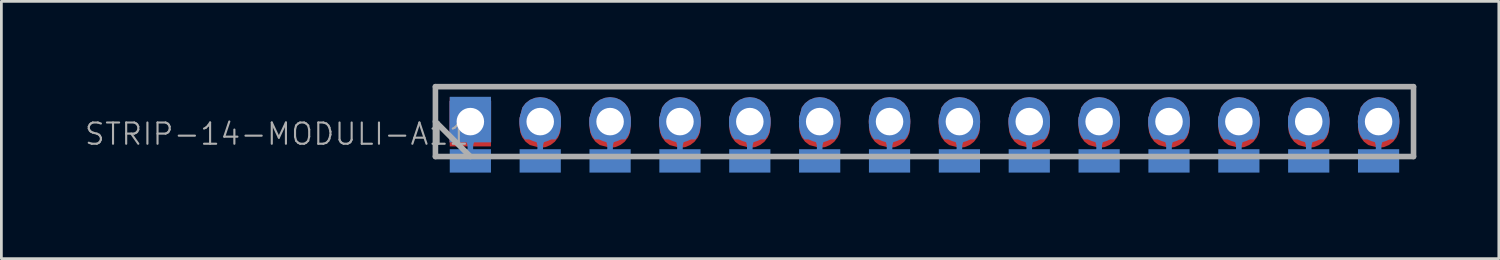
<source format=kicad_pcb>
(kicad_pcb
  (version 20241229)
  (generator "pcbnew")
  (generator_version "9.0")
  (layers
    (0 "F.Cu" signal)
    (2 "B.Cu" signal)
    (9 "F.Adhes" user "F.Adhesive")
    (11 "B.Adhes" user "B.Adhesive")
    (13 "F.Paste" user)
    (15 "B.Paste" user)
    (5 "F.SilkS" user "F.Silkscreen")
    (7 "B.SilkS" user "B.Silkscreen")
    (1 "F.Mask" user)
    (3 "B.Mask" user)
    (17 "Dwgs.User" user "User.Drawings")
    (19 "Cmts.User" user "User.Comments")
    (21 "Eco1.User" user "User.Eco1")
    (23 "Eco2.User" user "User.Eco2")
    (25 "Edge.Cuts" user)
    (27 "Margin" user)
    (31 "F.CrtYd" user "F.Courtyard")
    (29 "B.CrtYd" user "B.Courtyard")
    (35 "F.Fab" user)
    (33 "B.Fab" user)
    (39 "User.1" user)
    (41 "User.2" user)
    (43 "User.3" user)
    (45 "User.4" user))
  (footprint "STRIP-14-MODULI-A11"
    (layer "F.Cu")
    (at 14.05 1.371)
    (property "Reference" "STRIP-14-MODULI-A11" (at 0 0 0) (layer "F.Fab") (effects (font (size 0.772 0.772) (thickness 0.077)) (justify right top)))
    (attr through_hole)
    (fp_poly (pts (xy 0 -0.889) (xy -0.749 -0.889) (xy -0.749 0.902) (xy 0.749 0.902) (xy 0.749 -0.889)) (stroke (width 0) (type solid)) (fill yes) (layer "F.Cu"))
    (fp_poly (pts (xy 2.54 -0.889) (xy 2.54 -0.889) (xy 2.346 -0.863) (xy 2.165 -0.789) (xy 2.01 -0.67) (xy 1.891 -0.514) (xy 1.791 -0.14) (xy 1.791 0) (xy 1.791 0.203) (xy 1.791 0.203) (xy 1.816 0.397) (xy 1.891 0.578) (xy 2.01 0.733) (xy 2.165 0.852) (xy 2.54 0.953) (xy 2.54 0.953) (xy 2.734 0.927) (xy 2.915 0.852) (xy 3.07 0.733) (xy 3.189 0.578) (xy 3.264 0.397) (xy 3.289 0.203) (xy 3.289 0) (xy 3.289 -0.14) (xy 3.289 -0.14) (xy 3.264 -0.334) (xy 3.189 -0.514) (xy 3.07 -0.67) (xy 2.915 -0.789) (xy 2.734 -0.863)) (stroke (width 0) (type solid)) (fill yes) (layer "F.Cu"))
    (fp_poly (pts (xy 5.08 -0.889) (xy 5.08 -0.889) (xy 4.886 -0.863) (xy 4.705 -0.789) (xy 4.55 -0.67) (xy 4.431 -0.514) (xy 4.331 -0.14) (xy 4.331 0) (xy 4.331 0.203) (xy 4.331 0.203) (xy 4.356 0.397) (xy 4.431 0.578) (xy 4.55 0.733) (xy 4.705 0.852) (xy 5.08 0.953) (xy 5.08 0.953) (xy 5.274 0.927) (xy 5.455 0.852) (xy 5.61 0.733) (xy 5.729 0.578) (xy 5.804 0.397) (xy 5.829 0.203) (xy 5.829 0) (xy 5.829 -0.14) (xy 5.829 -0.14) (xy 5.804 -0.334) (xy 5.729 -0.514) (xy 5.61 -0.67) (xy 5.455 -0.789) (xy 5.274 -0.863)) (stroke (width 0) (type solid)) (fill yes) (layer "F.Cu"))
    (fp_poly (pts (xy 7.62 -0.889) (xy 7.62 -0.889) (xy 7.426 -0.863) (xy 7.245 -0.789) (xy 7.09 -0.67) (xy 6.971 -0.514) (xy 6.871 -0.14) (xy 6.871 0) (xy 6.871 0.203) (xy 6.871 0.203) (xy 6.896 0.397) (xy 6.971 0.578) (xy 7.09 0.733) (xy 7.245 0.852) (xy 7.62 0.953) (xy 7.62 0.953) (xy 7.814 0.927) (xy 7.995 0.852) (xy 8.15 0.733) (xy 8.269 0.578) (xy 8.344 0.397) (xy 8.369 0.203) (xy 8.369 0) (xy 8.369 -0.14) (xy 8.369 -0.14) (xy 8.344 -0.334) (xy 8.269 -0.514) (xy 8.15 -0.67) (xy 7.995 -0.789) (xy 7.814 -0.863)) (stroke (width 0) (type solid)) (fill yes) (layer "F.Cu"))
    (fp_poly (pts (xy 10.16 -0.889) (xy 10.16 -0.889) (xy 9.966 -0.863) (xy 9.785 -0.789) (xy 9.63 -0.67) (xy 9.511 -0.514) (xy 9.411 -0.14) (xy 9.411 0) (xy 9.411 0.203) (xy 9.411 0.203) (xy 9.436 0.397) (xy 9.511 0.578) (xy 9.63 0.733) (xy 9.785 0.852) (xy 10.16 0.953) (xy 10.16 0.953) (xy 10.354 0.927) (xy 10.535 0.852) (xy 10.69 0.733) (xy 10.809 0.578) (xy 10.884 0.397) (xy 10.909 0.203) (xy 10.909 0) (xy 10.909 -0.14) (xy 10.909 -0.14) (xy 10.884 -0.334) (xy 10.809 -0.514) (xy 10.69 -0.67) (xy 10.535 -0.789) (xy 10.354 -0.863)) (stroke (width 0) (type solid)) (fill yes) (layer "F.Cu"))
    (fp_poly (pts (xy 12.7 -0.889) (xy 12.7 -0.889) (xy 12.506 -0.863) (xy 12.325 -0.789) (xy 12.17 -0.67) (xy 12.051 -0.514) (xy 11.951 -0.14) (xy 11.951 0) (xy 11.951 0.203) (xy 11.951 0.203) (xy 11.976 0.397) (xy 12.051 0.578) (xy 12.17 0.733) (xy 12.325 0.852) (xy 12.7 0.953) (xy 12.7 0.953) (xy 12.894 0.927) (xy 13.075 0.852) (xy 13.23 0.733) (xy 13.349 0.578) (xy 13.424 0.397) (xy 13.449 0.203) (xy 13.449 0) (xy 13.449 -0.14) (xy 13.449 -0.14) (xy 13.424 -0.334) (xy 13.349 -0.514) (xy 13.23 -0.67) (xy 13.075 -0.789) (xy 12.894 -0.863)) (stroke (width 0) (type solid)) (fill yes) (layer "F.Cu"))
    (fp_poly (pts (xy 15.24 -0.889) (xy 15.24 -0.889) (xy 15.046 -0.863) (xy 14.865 -0.789) (xy 14.71 -0.67) (xy 14.591 -0.514) (xy 14.491 -0.14) (xy 14.491 0) (xy 14.491 0.203) (xy 14.491 0.203) (xy 14.516 0.397) (xy 14.591 0.578) (xy 14.71 0.733) (xy 14.865 0.852) (xy 15.24 0.953) (xy 15.24 0.953) (xy 15.434 0.927) (xy 15.615 0.852) (xy 15.77 0.733) (xy 15.889 0.578) (xy 15.964 0.397) (xy 15.989 0.203) (xy 15.989 0) (xy 15.989 -0.14) (xy 15.989 -0.14) (xy 15.964 -0.334) (xy 15.889 -0.514) (xy 15.77 -0.67) (xy 15.615 -0.789) (xy 15.434 -0.863)) (stroke (width 0) (type solid)) (fill yes) (layer "F.Cu"))
    (fp_poly (pts (xy 17.78 -0.889) (xy 17.78 -0.889) (xy 17.586 -0.863) (xy 17.405 -0.789) (xy 17.25 -0.67) (xy 17.131 -0.514) (xy 17.031 -0.14) (xy 17.031 0) (xy 17.031 0.203) (xy 17.031 0.203) (xy 17.056 0.397) (xy 17.131 0.578) (xy 17.25 0.733) (xy 17.405 0.852) (xy 17.78 0.953) (xy 17.78 0.953) (xy 17.974 0.927) (xy 18.155 0.852) (xy 18.31 0.733) (xy 18.429 0.578) (xy 18.504 0.397) (xy 18.529 0.203) (xy 18.529 0) (xy 18.529 -0.14) (xy 18.529 -0.14) (xy 18.504 -0.334) (xy 18.429 -0.514) (xy 18.31 -0.67) (xy 18.155 -0.789) (xy 17.974 -0.863)) (stroke (width 0) (type solid)) (fill yes) (layer "F.Cu"))
    (fp_poly (pts (xy 20.32 -0.889) (xy 20.32 -0.889) (xy 20.126 -0.863) (xy 19.945 -0.789) (xy 19.79 -0.67) (xy 19.671 -0.514) (xy 19.571 -0.14) (xy 19.571 0) (xy 19.571 0.203) (xy 19.571 0.203) (xy 19.596 0.397) (xy 19.671 0.578) (xy 19.79 0.733) (xy 19.945 0.852) (xy 20.32 0.953) (xy 20.32 0.953) (xy 20.514 0.927) (xy 20.695 0.852) (xy 20.85 0.733) (xy 20.969 0.578) (xy 21.044 0.397) (xy 21.069 0.203) (xy 21.069 0) (xy 21.069 -0.14) (xy 21.069 -0.14) (xy 21.044 -0.334) (xy 20.969 -0.514) (xy 20.85 -0.67) (xy 20.695 -0.789) (xy 20.514 -0.863)) (stroke (width 0) (type solid)) (fill yes) (layer "F.Cu"))
    (fp_poly (pts (xy 22.86 -0.889) (xy 22.86 -0.889) (xy 22.666 -0.863) (xy 22.485 -0.789) (xy 22.33 -0.67) (xy 22.211 -0.514) (xy 22.111 -0.14) (xy 22.111 0) (xy 22.111 0.203) (xy 22.111 0.203) (xy 22.136 0.397) (xy 22.211 0.578) (xy 22.33 0.733) (xy 22.485 0.852) (xy 22.86 0.953) (xy 22.86 0.953) (xy 23.054 0.927) (xy 23.235 0.852) (xy 23.39 0.733) (xy 23.509 0.578) (xy 23.584 0.397) (xy 23.609 0.203) (xy 23.609 0) (xy 23.609 -0.14) (xy 23.609 -0.14) (xy 23.584 -0.334) (xy 23.509 -0.514) (xy 23.39 -0.67) (xy 23.235 -0.789) (xy 23.054 -0.863)) (stroke (width 0) (type solid)) (fill yes) (layer "F.Cu"))
    (fp_poly (pts (xy 25.4 -0.889) (xy 25.4 -0.889) (xy 25.206 -0.863) (xy 25.025 -0.789) (xy 24.87 -0.67) (xy 24.751 -0.514) (xy 24.651 -0.14) (xy 24.651 0) (xy 24.651 0.203) (xy 24.651 0.203) (xy 24.676 0.397) (xy 24.751 0.578) (xy 24.87 0.733) (xy 25.025 0.852) (xy 25.4 0.953) (xy 25.4 0.953) (xy 25.594 0.927) (xy 25.775 0.852) (xy 25.93 0.733) (xy 26.049 0.578) (xy 26.124 0.397) (xy 26.149 0.203) (xy 26.149 0) (xy 26.149 -0.14) (xy 26.149 -0.14) (xy 26.124 -0.334) (xy 26.049 -0.514) (xy 25.93 -0.67) (xy 25.775 -0.789) (xy 25.594 -0.863)) (stroke (width 0) (type solid)) (fill yes) (layer "F.Cu"))
    (fp_poly (pts (xy 27.94 -0.889) (xy 27.94 -0.889) (xy 27.746 -0.863) (xy 27.565 -0.789) (xy 27.41 -0.67) (xy 27.291 -0.514) (xy 27.191 -0.14) (xy 27.191 0) (xy 27.191 0.203) (xy 27.191 0.203) (xy 27.216 0.397) (xy 27.291 0.578) (xy 27.41 0.733) (xy 27.565 0.852) (xy 27.94 0.953) (xy 27.94 0.953) (xy 28.134 0.927) (xy 28.315 0.852) (xy 28.47 0.733) (xy 28.589 0.578) (xy 28.664 0.397) (xy 28.689 0.203) (xy 28.689 0) (xy 28.689 -0.14) (xy 28.689 -0.14) (xy 28.664 -0.334) (xy 28.589 -0.514) (xy 28.47 -0.67) (xy 28.315 -0.789) (xy 28.134 -0.863)) (stroke (width 0) (type solid)) (fill yes) (layer "F.Cu"))
    (fp_poly (pts (xy 30.48 -0.889) (xy 30.48 -0.889) (xy 30.286 -0.863) (xy 30.105 -0.789) (xy 29.95 -0.67) (xy 29.831 -0.514) (xy 29.731 -0.14) (xy 29.731 0) (xy 29.731 0.203) (xy 29.731 0.203) (xy 29.756 0.397) (xy 29.831 0.578) (xy 29.95 0.733) (xy 30.105 0.852) (xy 30.48 0.953) (xy 30.48 0.953) (xy 30.674 0.927) (xy 30.855 0.852) (xy 31.01 0.733) (xy 31.129 0.578) (xy 31.204 0.397) (xy 31.229 0.203) (xy 31.229 0) (xy 31.229 -0.14) (xy 31.229 -0.14) (xy 31.204 -0.334) (xy 31.129 -0.514) (xy 31.01 -0.67) (xy 30.855 -0.789) (xy 30.674 -0.863)) (stroke (width 0) (type solid)) (fill yes) (layer "F.Cu"))
    (fp_poly (pts (xy 33.02 -0.889) (xy 33.02 -0.889) (xy 32.826 -0.863) (xy 32.645 -0.789) (xy 32.49 -0.67) (xy 32.371 -0.514) (xy 32.271 -0.14) (xy 32.271 0) (xy 32.271 0.203) (xy 32.271 0.203) (xy 32.296 0.397) (xy 32.371 0.578) (xy 32.49 0.733) (xy 32.645 0.852) (xy 33.02 0.953) (xy 33.02 0.953) (xy 33.214 0.927) (xy 33.395 0.852) (xy 33.55 0.733) (xy 33.669 0.578) (xy 33.744 0.397) (xy 33.769 0.203) (xy 33.769 0) (xy 33.769 -0.14) (xy 33.769 -0.14) (xy 33.744 -0.334) (xy 33.669 -0.514) (xy 33.55 -0.67) (xy 33.395 -0.789) (xy 33.214 -0.863)) (stroke (width 0) (type solid)) (fill yes) (layer "F.Cu"))
    (fp_poly (pts (xy -0.876 -1.029) (xy 0.876 -1.029) (xy 0.876 1.029) (xy -0.876 1.029)) (stroke (width 0) (type solid)) (fill yes) (layer "F.Mask"))
    (fp_poly (pts (xy 1.664 0.14) (xy 1.664 -0.127) (xy 1.664 -0.127) (xy 1.692 -0.356) (xy 1.779 -0.569) (xy 1.918 -0.753) (xy 2.1 -0.895) (xy 2.54 -1.016) (xy 2.54 -1.016) (xy 2.768 -0.984) (xy 2.98 -0.895) (xy 3.162 -0.753) (xy 3.301 -0.569) (xy 3.388 -0.356) (xy 3.416 -0.127) (xy 3.416 0.14) (xy 3.416 0.14) (xy 3.386 0.367) (xy 3.299 0.578) (xy 3.16 0.759) (xy 2.978 0.899) (xy 2.767 0.986) (xy 2.54 1.016) (xy 2.54 1.016) (xy 2.313 0.986) (xy 2.102 0.899) (xy 1.92 0.759) (xy 1.781 0.578)) (stroke (width 0) (type solid)) (fill yes) (layer "F.Mask"))
    (fp_poly (pts (xy 4.204 0.14) (xy 4.204 -0.127) (xy 4.204 -0.127) (xy 4.232 -0.356) (xy 4.319 -0.569) (xy 4.458 -0.753) (xy 4.64 -0.895) (xy 5.08 -1.016) (xy 5.08 -1.016) (xy 5.308 -0.984) (xy 5.52 -0.895) (xy 5.702 -0.753) (xy 5.841 -0.569) (xy 5.928 -0.356) (xy 5.956 -0.127) (xy 5.956 0.14) (xy 5.956 0.14) (xy 5.926 0.367) (xy 5.839 0.578) (xy 5.7 0.759) (xy 5.518 0.899) (xy 5.307 0.986) (xy 5.08 1.016) (xy 5.08 1.016) (xy 4.853 0.986) (xy 4.642 0.899) (xy 4.46 0.759) (xy 4.321 0.578)) (stroke (width 0) (type solid)) (fill yes) (layer "F.Mask"))
    (fp_poly (pts (xy 6.744 0.14) (xy 6.744 -0.127) (xy 6.744 -0.127) (xy 6.772 -0.356) (xy 6.859 -0.569) (xy 6.998 -0.753) (xy 7.18 -0.895) (xy 7.62 -1.016) (xy 7.62 -1.016) (xy 7.848 -0.984) (xy 8.06 -0.895) (xy 8.242 -0.753) (xy 8.381 -0.569) (xy 8.468 -0.356) (xy 8.496 -0.127) (xy 8.496 0.14) (xy 8.496 0.14) (xy 8.466 0.367) (xy 8.379 0.578) (xy 8.24 0.759) (xy 8.058 0.899) (xy 7.847 0.986) (xy 7.62 1.016) (xy 7.62 1.016) (xy 7.393 0.986) (xy 7.182 0.899) (xy 7 0.759) (xy 6.861 0.578)) (stroke (width 0) (type solid)) (fill yes) (layer "F.Mask"))
    (fp_poly (pts (xy 9.284 0.14) (xy 9.284 -0.127) (xy 9.284 -0.127) (xy 9.312 -0.356) (xy 9.399 -0.569) (xy 9.538 -0.753) (xy 9.72 -0.895) (xy 10.16 -1.016) (xy 10.16 -1.016) (xy 10.388 -0.984) (xy 10.6 -0.895) (xy 10.782 -0.753) (xy 10.921 -0.569) (xy 11.008 -0.356) (xy 11.036 -0.127) (xy 11.036 0.14) (xy 11.036 0.14) (xy 11.006 0.367) (xy 10.919 0.578) (xy 10.78 0.759) (xy 10.598 0.899) (xy 10.387 0.986) (xy 10.16 1.016) (xy 10.16 1.016) (xy 9.933 0.986) (xy 9.722 0.899) (xy 9.54 0.759) (xy 9.401 0.578)) (stroke (width 0) (type solid)) (fill yes) (layer "F.Mask"))
    (fp_poly (pts (xy 11.824 0.14) (xy 11.824 -0.127) (xy 11.824 -0.127) (xy 11.852 -0.356) (xy 11.939 -0.569) (xy 12.078 -0.753) (xy 12.26 -0.895) (xy 12.7 -1.016) (xy 12.7 -1.016) (xy 12.928 -0.984) (xy 13.14 -0.895) (xy 13.322 -0.753) (xy 13.461 -0.569) (xy 13.548 -0.356) (xy 13.576 -0.127) (xy 13.576 0.14) (xy 13.576 0.14) (xy 13.546 0.367) (xy 13.459 0.578) (xy 13.32 0.759) (xy 13.138 0.899) (xy 12.927 0.986) (xy 12.7 1.016) (xy 12.7 1.016) (xy 12.473 0.986) (xy 12.262 0.899) (xy 12.08 0.759) (xy 11.941 0.578)) (stroke (width 0) (type solid)) (fill yes) (layer "F.Mask"))
    (fp_poly (pts (xy 14.364 0.14) (xy 14.364 -0.127) (xy 14.364 -0.127) (xy 14.392 -0.356) (xy 14.479 -0.569) (xy 14.618 -0.753) (xy 14.8 -0.895) (xy 15.24 -1.016) (xy 15.24 -1.016) (xy 15.468 -0.984) (xy 15.68 -0.895) (xy 15.862 -0.753) (xy 16.001 -0.569) (xy 16.088 -0.356) (xy 16.116 -0.127) (xy 16.116 0.14) (xy 16.116 0.14) (xy 16.086 0.367) (xy 15.999 0.578) (xy 15.86 0.759) (xy 15.678 0.899) (xy 15.467 0.986) (xy 15.24 1.016) (xy 15.24 1.016) (xy 15.013 0.986) (xy 14.802 0.899) (xy 14.62 0.759) (xy 14.481 0.578)) (stroke (width 0) (type solid)) (fill yes) (layer "F.Mask"))
    (fp_poly (pts (xy 16.904 0.14) (xy 16.904 -0.127) (xy 16.904 -0.127) (xy 16.932 -0.356) (xy 17.019 -0.569) (xy 17.158 -0.753) (xy 17.34 -0.895) (xy 17.78 -1.016) (xy 17.78 -1.016) (xy 18.008 -0.984) (xy 18.22 -0.895) (xy 18.402 -0.753) (xy 18.541 -0.569) (xy 18.628 -0.356) (xy 18.656 -0.127) (xy 18.656 0.14) (xy 18.656 0.14) (xy 18.626 0.367) (xy 18.539 0.578) (xy 18.4 0.759) (xy 18.218 0.899) (xy 18.007 0.986) (xy 17.78 1.016) (xy 17.78 1.016) (xy 17.553 0.986) (xy 17.342 0.899) (xy 17.16 0.759) (xy 17.021 0.578)) (stroke (width 0) (type solid)) (fill yes) (layer "F.Mask"))
    (fp_poly (pts (xy 19.444 0.14) (xy 19.444 -0.127) (xy 19.444 -0.127) (xy 19.472 -0.356) (xy 19.559 -0.569) (xy 19.698 -0.753) (xy 19.88 -0.895) (xy 20.32 -1.016) (xy 20.32 -1.016) (xy 20.548 -0.984) (xy 20.76 -0.895) (xy 20.942 -0.753) (xy 21.081 -0.569) (xy 21.168 -0.356) (xy 21.196 -0.127) (xy 21.196 0.14) (xy 21.196 0.14) (xy 21.166 0.367) (xy 21.079 0.578) (xy 20.94 0.759) (xy 20.758 0.899) (xy 20.547 0.986) (xy 20.32 1.016) (xy 20.32 1.016) (xy 20.093 0.986) (xy 19.882 0.899) (xy 19.7 0.759) (xy 19.561 0.578)) (stroke (width 0) (type solid)) (fill yes) (layer "F.Mask"))
    (fp_poly (pts (xy 21.984 0.14) (xy 21.984 -0.127) (xy 21.984 -0.127) (xy 22.012 -0.356) (xy 22.099 -0.569) (xy 22.238 -0.753) (xy 22.42 -0.895) (xy 22.86 -1.016) (xy 22.86 -1.016) (xy 23.088 -0.984) (xy 23.3 -0.895) (xy 23.482 -0.753) (xy 23.621 -0.569) (xy 23.708 -0.356) (xy 23.736 -0.127) (xy 23.736 0.14) (xy 23.736 0.14) (xy 23.706 0.367) (xy 23.619 0.578) (xy 23.48 0.759) (xy 23.298 0.899) (xy 23.087 0.986) (xy 22.86 1.016) (xy 22.86 1.016) (xy 22.633 0.986) (xy 22.422 0.899) (xy 22.24 0.759) (xy 22.101 0.578)) (stroke (width 0) (type solid)) (fill yes) (layer "F.Mask"))
    (fp_poly (pts (xy 24.524 0.14) (xy 24.524 -0.127) (xy 24.524 -0.127) (xy 24.552 -0.356) (xy 24.639 -0.569) (xy 24.778 -0.753) (xy 24.96 -0.895) (xy 25.4 -1.016) (xy 25.4 -1.016) (xy 25.628 -0.984) (xy 25.84 -0.895) (xy 26.022 -0.753) (xy 26.161 -0.569) (xy 26.248 -0.356) (xy 26.276 -0.127) (xy 26.276 0.14) (xy 26.276 0.14) (xy 26.246 0.367) (xy 26.159 0.578) (xy 26.02 0.759) (xy 25.838 0.899) (xy 25.627 0.986) (xy 25.4 1.016) (xy 25.4 1.016) (xy 25.173 0.986) (xy 24.962 0.899) (xy 24.78 0.759) (xy 24.641 0.578)) (stroke (width 0) (type solid)) (fill yes) (layer "F.Mask"))
    (fp_poly (pts (xy 27.064 0.14) (xy 27.064 -0.127) (xy 27.064 -0.127) (xy 27.092 -0.356) (xy 27.179 -0.569) (xy 27.318 -0.753) (xy 27.5 -0.895) (xy 27.94 -1.016) (xy 27.94 -1.016) (xy 28.168 -0.984) (xy 28.38 -0.895) (xy 28.562 -0.753) (xy 28.701 -0.569) (xy 28.788 -0.356) (xy 28.816 -0.127) (xy 28.816 0.14) (xy 28.816 0.14) (xy 28.786 0.367) (xy 28.699 0.578) (xy 28.56 0.759) (xy 28.378 0.899) (xy 28.167 0.986) (xy 27.94 1.016) (xy 27.94 1.016) (xy 27.713 0.986) (xy 27.502 0.899) (xy 27.32 0.759) (xy 27.181 0.578)) (stroke (width 0) (type solid)) (fill yes) (layer "F.Mask"))
    (fp_poly (pts (xy 29.604 0.14) (xy 29.604 -0.127) (xy 29.604 -0.127) (xy 29.632 -0.356) (xy 29.719 -0.569) (xy 29.858 -0.753) (xy 30.04 -0.895) (xy 30.48 -1.016) (xy 30.48 -1.016) (xy 30.708 -0.984) (xy 30.92 -0.895) (xy 31.102 -0.753) (xy 31.241 -0.569) (xy 31.328 -0.356) (xy 31.356 -0.127) (xy 31.356 0.14) (xy 31.356 0.14) (xy 31.326 0.367) (xy 31.239 0.578) (xy 31.1 0.759) (xy 30.918 0.899) (xy 30.707 0.986) (xy 30.48 1.016) (xy 30.48 1.016) (xy 30.253 0.986) (xy 30.042 0.899) (xy 29.86 0.759) (xy 29.721 0.578)) (stroke (width 0) (type solid)) (fill yes) (layer "F.Mask"))
    (fp_poly (pts (xy 32.144 0.14) (xy 32.144 -0.127) (xy 32.144 -0.127) (xy 32.172 -0.356) (xy 32.259 -0.569) (xy 32.398 -0.753) (xy 32.58 -0.895) (xy 33.02 -1.016) (xy 33.02 -1.016) (xy 33.248 -0.984) (xy 33.46 -0.895) (xy 33.642 -0.753) (xy 33.781 -0.569) (xy 33.868 -0.356) (xy 33.896 -0.127) (xy 33.896 0.14) (xy 33.896 0.14) (xy 33.866 0.367) (xy 33.779 0.578) (xy 33.64 0.759) (xy 33.458 0.899) (xy 33.247 0.986) (xy 33.02 1.016) (xy 33.02 1.016) (xy 32.793 0.986) (xy 32.582 0.899) (xy 32.4 0.759) (xy 32.261 0.578)) (stroke (width 0) (type solid)) (fill yes) (layer "F.Mask"))
    (fp_poly (pts (xy -0.749 -0.902) (xy -0.749 0.648) (xy -0.318 0.648) (xy -0.21 0.677) (xy -0.131 0.756) (xy -0.102 0.864) (xy -0.102 0.991) (xy -0.114 1.003) (xy -0.749 1.003) (xy -0.749 1.854) (xy 0.749 1.854) (xy 0.749 1.003) (xy 0.102 1.003) (xy 0.102 0.864) (xy 0.131 0.756) (xy 0.21 0.677) (xy 0.318 0.648) (xy 0.749 0.648) (xy 0.749 -0.902)) (stroke (width 0) (type solid)) (fill yes) (layer "B.Cu"))
    (fp_poly (pts (xy 2.54 -0.889) (xy 2.54 -0.889) (xy 2.346 -0.863) (xy 2.165 -0.789) (xy 2.01 -0.67) (xy 1.891 -0.514) (xy 1.791 -0.14) (xy 1.791 0.165) (xy 1.816 0.318) (xy 1.867 0.483) (xy 1.981 0.648) (xy 2.223 0.648) (xy 2.33 0.677) (xy 2.409 0.756) (xy 2.438 0.864) (xy 2.438 0.991) (xy 2.426 1.003) (xy 1.791 1.003) (xy 1.791 1.854) (xy 3.289 1.854) (xy 3.289 1.003) (xy 2.642 1.003) (xy 2.642 0.864) (xy 2.671 0.756) (xy 2.75 0.677) (xy 2.857 0.648) (xy 3.099 0.648) (xy 3.213 0.483) (xy 3.264 0.318) (xy 3.289 0.165) (xy 3.289 0) (xy 3.289 -0.14) (xy 3.289 -0.14) (xy 3.264 -0.334) (xy 3.189 -0.514) (xy 3.07 -0.67) (xy 2.915 -0.789) (xy 2.734 -0.863)) (stroke (width 0) (type solid)) (fill yes) (layer "B.Cu"))
    (fp_poly (pts (xy 5.08 -0.889) (xy 5.08 -0.889) (xy 4.886 -0.863) (xy 4.705 -0.789) (xy 4.55 -0.67) (xy 4.431 -0.514) (xy 4.331 -0.14) (xy 4.331 0.165) (xy 4.356 0.318) (xy 4.407 0.483) (xy 4.521 0.648) (xy 4.763 0.648) (xy 4.87 0.677) (xy 4.949 0.756) (xy 4.978 0.864) (xy 4.978 0.991) (xy 4.966 1.003) (xy 4.331 1.003) (xy 4.331 1.854) (xy 5.829 1.854) (xy 5.829 1.003) (xy 5.182 1.003) (xy 5.182 0.864) (xy 5.211 0.756) (xy 5.29 0.677) (xy 5.397 0.648) (xy 5.639 0.648) (xy 5.753 0.483) (xy 5.804 0.318) (xy 5.829 0.165) (xy 5.829 0) (xy 5.829 -0.14) (xy 5.829 -0.14) (xy 5.804 -0.334) (xy 5.729 -0.514) (xy 5.61 -0.67) (xy 5.455 -0.789) (xy 5.274 -0.863)) (stroke (width 0) (type solid)) (fill yes) (layer "B.Cu"))
    (fp_poly (pts (xy 7.62 -0.889) (xy 7.62 -0.889) (xy 7.426 -0.863) (xy 7.245 -0.789) (xy 7.09 -0.67) (xy 6.971 -0.514) (xy 6.871 -0.14) (xy 6.871 0.165) (xy 6.896 0.318) (xy 6.947 0.483) (xy 7.061 0.648) (xy 7.303 0.648) (xy 7.41 0.677) (xy 7.489 0.756) (xy 7.518 0.864) (xy 7.518 0.991) (xy 7.506 1.003) (xy 6.871 1.003) (xy 6.871 1.854) (xy 8.369 1.854) (xy 8.369 1.003) (xy 7.722 1.003) (xy 7.722 0.864) (xy 7.751 0.756) (xy 7.83 0.677) (xy 7.938 0.648) (xy 8.179 0.648) (xy 8.293 0.483) (xy 8.344 0.318) (xy 8.369 0.165) (xy 8.369 0) (xy 8.369 -0.14) (xy 8.369 -0.14) (xy 8.344 -0.334) (xy 8.269 -0.514) (xy 8.15 -0.67) (xy 7.995 -0.789) (xy 7.814 -0.863)) (stroke (width 0) (type solid)) (fill yes) (layer "B.Cu"))
    (fp_poly (pts (xy 10.16 -0.889) (xy 10.16 -0.889) (xy 9.966 -0.863) (xy 9.785 -0.789) (xy 9.63 -0.67) (xy 9.511 -0.514) (xy 9.411 -0.14) (xy 9.411 0.165) (xy 9.436 0.318) (xy 9.487 0.483) (xy 9.601 0.648) (xy 9.842 0.648) (xy 9.95 0.677) (xy 10.029 0.756) (xy 10.058 0.864) (xy 10.058 0.991) (xy 10.046 1.003) (xy 9.411 1.003) (xy 9.411 1.854) (xy 10.909 1.854) (xy 10.909 1.003) (xy 10.262 1.003) (xy 10.262 0.864) (xy 10.291 0.756) (xy 10.37 0.677) (xy 10.477 0.648) (xy 10.719 0.648) (xy 10.833 0.483) (xy 10.884 0.318) (xy 10.909 0.165) (xy 10.909 0) (xy 10.909 -0.14) (xy 10.909 -0.14) (xy 10.884 -0.334) (xy 10.809 -0.514) (xy 10.69 -0.67) (xy 10.535 -0.789) (xy 10.354 -0.863)) (stroke (width 0) (type solid)) (fill yes) (layer "B.Cu"))
    (fp_poly (pts (xy 12.7 -0.889) (xy 12.7 -0.889) (xy 12.506 -0.863) (xy 12.325 -0.789) (xy 12.17 -0.67) (xy 12.051 -0.514) (xy 11.951 -0.14) (xy 11.951 0.165) (xy 11.976 0.318) (xy 12.027 0.483) (xy 12.141 0.648) (xy 12.383 0.648) (xy 12.49 0.677) (xy 12.569 0.756) (xy 12.598 0.864) (xy 12.598 0.991) (xy 12.586 1.003) (xy 11.951 1.003) (xy 11.951 1.854) (xy 13.449 1.854) (xy 13.449 1.003) (xy 12.802 1.003) (xy 12.802 0.864) (xy 12.831 0.756) (xy 12.91 0.677) (xy 13.018 0.648) (xy 13.259 0.648) (xy 13.373 0.483) (xy 13.424 0.318) (xy 13.449 0.165) (xy 13.449 0) (xy 13.449 -0.14) (xy 13.449 -0.14) (xy 13.424 -0.334) (xy 13.349 -0.514) (xy 13.23 -0.67) (xy 13.075 -0.789) (xy 12.894 -0.863)) (stroke (width 0) (type solid)) (fill yes) (layer "B.Cu"))
    (fp_poly (pts (xy 15.24 -0.889) (xy 15.24 -0.889) (xy 15.046 -0.863) (xy 14.865 -0.789) (xy 14.71 -0.67) (xy 14.591 -0.514) (xy 14.491 -0.14) (xy 14.491 0.165) (xy 14.516 0.318) (xy 14.567 0.483) (xy 14.681 0.648) (xy 14.922 0.648) (xy 15.03 0.677) (xy 15.109 0.756) (xy 15.138 0.864) (xy 15.138 0.991) (xy 15.126 1.003) (xy 14.491 1.003) (xy 14.491 1.854) (xy 15.989 1.854) (xy 15.989 1.003) (xy 15.342 1.003) (xy 15.342 0.864) (xy 15.371 0.756) (xy 15.45 0.677) (xy 15.557 0.648) (xy 15.799 0.648) (xy 15.913 0.483) (xy 15.964 0.318) (xy 15.989 0.165) (xy 15.989 0) (xy 15.989 -0.14) (xy 15.989 -0.14) (xy 15.964 -0.334) (xy 15.889 -0.514) (xy 15.77 -0.67) (xy 15.615 -0.789) (xy 15.434 -0.863)) (stroke (width 0) (type solid)) (fill yes) (layer "B.Cu"))
    (fp_poly (pts (xy 17.78 -0.889) (xy 17.78 -0.889) (xy 17.586 -0.863) (xy 17.405 -0.789) (xy 17.25 -0.67) (xy 17.131 -0.514) (xy 17.031 -0.14) (xy 17.031 0.165) (xy 17.056 0.318) (xy 17.107 0.483) (xy 17.221 0.648) (xy 17.462 0.648) (xy 17.57 0.677) (xy 17.649 0.756) (xy 17.678 0.864) (xy 17.678 0.991) (xy 17.666 1.003) (xy 17.031 1.003) (xy 17.031 1.854) (xy 18.529 1.854) (xy 18.529 1.003) (xy 17.882 1.003) (xy 17.882 0.864) (xy 17.911 0.756) (xy 17.99 0.677) (xy 18.098 0.648) (xy 18.339 0.648) (xy 18.453 0.483) (xy 18.504 0.318) (xy 18.529 0.165) (xy 18.529 0) (xy 18.529 -0.14) (xy 18.529 -0.14) (xy 18.504 -0.334) (xy 18.429 -0.514) (xy 18.31 -0.67) (xy 18.155 -0.789) (xy 17.974 -0.863)) (stroke (width 0) (type solid)) (fill yes) (layer "B.Cu"))
    (fp_poly (pts (xy 20.32 -0.889) (xy 20.32 -0.889) (xy 20.126 -0.863) (xy 19.945 -0.789) (xy 19.79 -0.67) (xy 19.671 -0.514) (xy 19.571 -0.14) (xy 19.571 0.165) (xy 19.596 0.318) (xy 19.647 0.483) (xy 19.761 0.648) (xy 20.003 0.648) (xy 20.11 0.677) (xy 20.189 0.756) (xy 20.218 0.864) (xy 20.218 0.991) (xy 20.206 1.003) (xy 19.571 1.003) (xy 19.571 1.854) (xy 21.069 1.854) (xy 21.069 1.003) (xy 20.422 1.003) (xy 20.422 0.864) (xy 20.451 0.756) (xy 20.53 0.677) (xy 20.637 0.648) (xy 20.879 0.648) (xy 20.993 0.483) (xy 21.044 0.318) (xy 21.069 0.165) (xy 21.069 0) (xy 21.069 -0.14) (xy 21.069 -0.14) (xy 21.044 -0.334) (xy 20.969 -0.514) (xy 20.85 -0.67) (xy 20.695 -0.789) (xy 20.514 -0.863)) (stroke (width 0) (type solid)) (fill yes) (layer "B.Cu"))
    (fp_poly (pts (xy 22.86 -0.889) (xy 22.86 -0.889) (xy 22.666 -0.863) (xy 22.485 -0.789) (xy 22.33 -0.67) (xy 22.211 -0.514) (xy 22.111 -0.14) (xy 22.111 0.165) (xy 22.136 0.318) (xy 22.187 0.483) (xy 22.301 0.648) (xy 22.543 0.648) (xy 22.65 0.677) (xy 22.729 0.756) (xy 22.758 0.864) (xy 22.758 0.991) (xy 22.746 1.003) (xy 22.111 1.003) (xy 22.111 1.854) (xy 23.609 1.854) (xy 23.609 1.003) (xy 22.962 1.003) (xy 22.962 0.864) (xy 22.991 0.756) (xy 23.07 0.677) (xy 23.177 0.648) (xy 23.419 0.648) (xy 23.533 0.483) (xy 23.584 0.318) (xy 23.609 0.165) (xy 23.609 0) (xy 23.609 -0.14) (xy 23.609 -0.14) (xy 23.584 -0.334) (xy 23.509 -0.514) (xy 23.39 -0.67) (xy 23.235 -0.789) (xy 23.054 -0.863)) (stroke (width 0) (type solid)) (fill yes) (layer "B.Cu"))
    (fp_poly (pts (xy 25.4 -0.889) (xy 25.4 -0.889) (xy 25.206 -0.863) (xy 25.025 -0.789) (xy 24.87 -0.67) (xy 24.751 -0.514) (xy 24.651 -0.14) (xy 24.651 0.165) (xy 24.676 0.318) (xy 24.727 0.483) (xy 24.841 0.648) (xy 25.082 0.648) (xy 25.19 0.677) (xy 25.269 0.756) (xy 25.298 0.864) (xy 25.298 0.991) (xy 25.286 1.003) (xy 24.651 1.003) (xy 24.651 1.854) (xy 26.149 1.854) (xy 26.149 1.003) (xy 25.502 1.003) (xy 25.502 0.864) (xy 25.531 0.756) (xy 25.61 0.677) (xy 25.718 0.648) (xy 25.959 0.648) (xy 26.073 0.483) (xy 26.124 0.318) (xy 26.149 0.165) (xy 26.149 0) (xy 26.149 -0.14) (xy 26.149 -0.14) (xy 26.124 -0.334) (xy 26.049 -0.514) (xy 25.93 -0.67) (xy 25.775 -0.789) (xy 25.594 -0.863)) (stroke (width 0) (type solid)) (fill yes) (layer "B.Cu"))
    (fp_poly (pts (xy 27.94 -0.889) (xy 27.94 -0.889) (xy 27.746 -0.863) (xy 27.565 -0.789) (xy 27.41 -0.67) (xy 27.291 -0.514) (xy 27.191 -0.14) (xy 27.191 0.165) (xy 27.216 0.318) (xy 27.267 0.483) (xy 27.381 0.648) (xy 27.622 0.648) (xy 27.73 0.677) (xy 27.809 0.756) (xy 27.838 0.864) (xy 27.838 0.991) (xy 27.826 1.003) (xy 27.191 1.003) (xy 27.191 1.854) (xy 28.689 1.854) (xy 28.689 1.003) (xy 28.042 1.003) (xy 28.042 0.864) (xy 28.071 0.756) (xy 28.15 0.677) (xy 28.258 0.648) (xy 28.499 0.648) (xy 28.613 0.483) (xy 28.664 0.318) (xy 28.689 0.165) (xy 28.689 0) (xy 28.689 -0.14) (xy 28.689 -0.14) (xy 28.664 -0.334) (xy 28.589 -0.514) (xy 28.47 -0.67) (xy 28.315 -0.789) (xy 28.134 -0.863)) (stroke (width 0) (type solid)) (fill yes) (layer "B.Cu"))
    (fp_poly (pts (xy 30.48 -0.889) (xy 30.48 -0.889) (xy 30.286 -0.863) (xy 30.105 -0.789) (xy 29.95 -0.67) (xy 29.831 -0.514) (xy 29.731 -0.14) (xy 29.731 0.165) (xy 29.756 0.318) (xy 29.807 0.483) (xy 29.921 0.648) (xy 30.163 0.648) (xy 30.27 0.677) (xy 30.349 0.756) (xy 30.378 0.864) (xy 30.378 0.991) (xy 30.366 1.003) (xy 29.731 1.003) (xy 29.731 1.854) (xy 31.229 1.854) (xy 31.229 1.003) (xy 30.582 1.003) (xy 30.582 0.864) (xy 30.611 0.756) (xy 30.69 0.677) (xy 30.797 0.648) (xy 31.039 0.648) (xy 31.153 0.483) (xy 31.204 0.318) (xy 31.229 0.165) (xy 31.229 0) (xy 31.229 -0.14) (xy 31.229 -0.14) (xy 31.204 -0.334) (xy 31.129 -0.514) (xy 31.01 -0.67) (xy 30.855 -0.789) (xy 30.674 -0.863)) (stroke (width 0) (type solid)) (fill yes) (layer "B.Cu"))
    (fp_poly (pts (xy 33.02 -0.889) (xy 33.02 -0.889) (xy 32.826 -0.863) (xy 32.645 -0.789) (xy 32.49 -0.67) (xy 32.371 -0.514) (xy 32.271 -0.14) (xy 32.271 0.165) (xy 32.296 0.318) (xy 32.347 0.483) (xy 32.461 0.648) (xy 32.703 0.648) (xy 32.81 0.677) (xy 32.889 0.756) (xy 32.918 0.864) (xy 32.918 0.991) (xy 32.906 1.003) (xy 32.271 1.003) (xy 32.271 1.854) (xy 33.769 1.854) (xy 33.769 1.003) (xy 33.122 1.003) (xy 33.122 0.864) (xy 33.151 0.756) (xy 33.23 0.677) (xy 33.337 0.648) (xy 33.579 0.648) (xy 33.693 0.483) (xy 33.744 0.318) (xy 33.769 0.165) (xy 33.769 0) (xy 33.769 -0.14) (xy 33.769 -0.14) (xy 33.744 -0.334) (xy 33.669 -0.514) (xy 33.55 -0.67) (xy 33.395 -0.789) (xy 33.214 -0.863)) (stroke (width 0) (type solid)) (fill yes) (layer "B.Cu"))
    (fp_poly (pts (xy -0.876 -1.029) (xy -0.876 0.775) (xy -0.356 0.775) (xy -0.33 0.775) (xy -0.229 0.876) (xy -0.749 0.876) (xy -0.876 1.003) (xy -0.876 1.854) (xy -0.749 1.981) (xy 0.749 1.981) (xy 0.876 1.854) (xy 0.876 1.003) (xy 0.749 0.876) (xy 0.229 0.876) (xy 0.33 0.775) (xy 0.356 0.775) (xy 0.876 0.775) (xy 0.876 -1.029)) (stroke (width 0) (type solid)) (fill yes) (layer "B.Mask"))
    (fp_poly (pts (xy 1.664 -0.152) (xy 1.664 -0.152) (xy 1.693 -0.376) (xy 1.779 -0.584) (xy 1.917 -0.763) (xy 2.095 -0.9) (xy 2.527 -1.016) (xy 2.54 -1.016) (xy 2.553 -1.016) (xy 2.553 -1.016) (xy 2.776 -0.987) (xy 2.985 -0.9) (xy 3.163 -0.763) (xy 3.301 -0.584) (xy 3.387 -0.376) (xy 3.416 -0.152) (xy 3.416 0.152) (xy 3.391 0.343) (xy 3.327 0.533) (xy 3.175 0.749) (xy 3.124 0.775) (xy 2.896 0.775) (xy 2.87 0.775) (xy 2.769 0.876) (xy 3.289 0.876) (xy 3.416 1.003) (xy 3.416 1.854) (xy 3.289 1.981) (xy 1.791 1.981) (xy 1.664 1.854) (xy 1.664 1.003) (xy 1.791 0.876) (xy 2.311 0.876) (xy 2.21 0.775) (xy 2.184 0.775) (xy 1.956 0.775) (xy 1.905 0.749) (xy 1.753 0.533) (xy 1.664 0.152)) (stroke (width 0) (type solid)) (fill yes) (layer "B.Mask"))
    (fp_poly (pts (xy 1.664 -0.152) (xy 1.664 -0.152) (xy 1.693 -0.376) (xy 1.779 -0.584) (xy 1.917 -0.763) (xy 2.095 -0.9) (xy 2.527 -1.016) (xy 2.54 -1.016) (xy 2.553 -1.016) (xy 2.553 -1.016) (xy 2.776 -0.987) (xy 2.985 -0.9) (xy 3.163 -0.763) (xy 3.301 -0.584) (xy 3.387 -0.376) (xy 3.416 -0.152) (xy 3.416 0.152) (xy 3.391 0.343) (xy 3.327 0.533) (xy 3.175 0.749) (xy 3.124 0.775) (xy 2.896 0.775) (xy 2.87 0.775) (xy 2.769 0.876) (xy 3.289 0.876) (xy 3.416 1.003) (xy 3.416 1.854) (xy 3.289 1.981) (xy 1.791 1.981) (xy 1.664 1.854) (xy 1.664 1.003) (xy 1.791 0.876) (xy 2.311 0.876) (xy 2.21 0.775) (xy 2.184 0.775) (xy 1.956 0.775) (xy 1.905 0.749) (xy 1.753 0.533) (xy 1.664 0.152)) (stroke (width 0) (type solid)) (fill yes) (layer "B.Mask"))
    (fp_poly (pts (xy 4.204 -0.152) (xy 4.204 -0.152) (xy 4.233 -0.376) (xy 4.319 -0.584) (xy 4.457 -0.763) (xy 4.636 -0.9) (xy 5.067 -1.016) (xy 5.08 -1.016) (xy 5.093 -1.016) (xy 5.093 -1.016) (xy 5.316 -0.987) (xy 5.524 -0.9) (xy 5.703 -0.763) (xy 5.841 -0.584) (xy 5.927 -0.376) (xy 5.956 -0.152) (xy 5.956 0.152) (xy 5.931 0.343) (xy 5.867 0.533) (xy 5.715 0.749) (xy 5.664 0.775) (xy 5.436 0.775) (xy 5.41 0.775) (xy 5.309 0.876) (xy 5.829 0.876) (xy 5.956 1.003) (xy 5.956 1.854) (xy 5.829 1.981) (xy 4.331 1.981) (xy 4.204 1.854) (xy 4.204 1.003) (xy 4.331 0.876) (xy 4.851 0.876) (xy 4.75 0.775) (xy 4.724 0.775) (xy 4.496 0.775) (xy 4.445 0.749) (xy 4.293 0.533) (xy 4.204 0.152)) (stroke (width 0) (type solid)) (fill yes) (layer "B.Mask"))
    (fp_poly (pts (xy 4.204 -0.152) (xy 4.204 -0.152) (xy 4.233 -0.376) (xy 4.319 -0.584) (xy 4.457 -0.763) (xy 4.636 -0.9) (xy 5.067 -1.016) (xy 5.08 -1.016) (xy 5.093 -1.016) (xy 5.093 -1.016) (xy 5.316 -0.987) (xy 5.524 -0.9) (xy 5.703 -0.763) (xy 5.841 -0.584) (xy 5.927 -0.376) (xy 5.956 -0.152) (xy 5.956 0.152) (xy 5.931 0.343) (xy 5.867 0.533) (xy 5.715 0.749) (xy 5.664 0.775) (xy 5.436 0.775) (xy 5.41 0.775) (xy 5.309 0.876) (xy 5.829 0.876) (xy 5.956 1.003) (xy 5.956 1.854) (xy 5.829 1.981) (xy 4.331 1.981) (xy 4.204 1.854) (xy 4.204 1.003) (xy 4.331 0.876) (xy 4.851 0.876) (xy 4.75 0.775) (xy 4.724 0.775) (xy 4.496 0.775) (xy 4.445 0.749) (xy 4.293 0.533) (xy 4.204 0.152)) (stroke (width 0) (type solid)) (fill yes) (layer "B.Mask"))
    (fp_poly (pts (xy 6.744 -0.152) (xy 6.744 -0.152) (xy 6.773 -0.376) (xy 6.859 -0.584) (xy 6.997 -0.763) (xy 7.176 -0.9) (xy 7.607 -1.016) (xy 7.62 -1.016) (xy 7.633 -1.016) (xy 7.633 -1.016) (xy 7.856 -0.987) (xy 8.065 -0.9) (xy 8.243 -0.763) (xy 8.381 -0.584) (xy 8.467 -0.376) (xy 8.496 -0.152) (xy 8.496 0.152) (xy 8.471 0.343) (xy 8.407 0.533) (xy 8.255 0.749) (xy 8.204 0.775) (xy 7.976 0.775) (xy 7.95 0.775) (xy 7.849 0.876) (xy 8.369 0.876) (xy 8.496 1.003) (xy 8.496 1.854) (xy 8.369 1.981) (xy 6.871 1.981) (xy 6.744 1.854) (xy 6.744 1.003) (xy 6.871 0.876) (xy 7.391 0.876) (xy 7.29 0.775) (xy 7.264 0.775) (xy 7.036 0.775) (xy 6.985 0.749) (xy 6.833 0.533) (xy 6.744 0.152)) (stroke (width 0) (type solid)) (fill yes) (layer "B.Mask"))
    (fp_poly (pts (xy 6.744 -0.152) (xy 6.744 -0.152) (xy 6.773 -0.376) (xy 6.859 -0.584) (xy 6.997 -0.763) (xy 7.176 -0.9) (xy 7.607 -1.016) (xy 7.62 -1.016) (xy 7.633 -1.016) (xy 7.633 -1.016) (xy 7.856 -0.987) (xy 8.065 -0.9) (xy 8.243 -0.763) (xy 8.381 -0.584) (xy 8.467 -0.376) (xy 8.496 -0.152) (xy 8.496 0.152) (xy 8.471 0.343) (xy 8.407 0.533) (xy 8.255 0.749) (xy 8.204 0.775) (xy 7.976 0.775) (xy 7.95 0.775) (xy 7.849 0.876) (xy 8.369 0.876) (xy 8.496 1.003) (xy 8.496 1.854) (xy 8.369 1.981) (xy 6.871 1.981) (xy 6.744 1.854) (xy 6.744 1.003) (xy 6.871 0.876) (xy 7.391 0.876) (xy 7.29 0.775) (xy 7.264 0.775) (xy 7.036 0.775) (xy 6.985 0.749) (xy 6.833 0.533) (xy 6.744 0.152)) (stroke (width 0) (type solid)) (fill yes) (layer "B.Mask"))
    (fp_poly (pts (xy 9.284 -0.152) (xy 9.284 -0.152) (xy 9.313 -0.376) (xy 9.399 -0.584) (xy 9.537 -0.763) (xy 9.716 -0.9) (xy 10.147 -1.016) (xy 10.16 -1.016) (xy 10.173 -1.016) (xy 10.173 -1.016) (xy 10.396 -0.987) (xy 10.604 -0.9) (xy 10.783 -0.763) (xy 10.921 -0.584) (xy 11.007 -0.376) (xy 11.036 -0.152) (xy 11.036 0.152) (xy 11.011 0.343) (xy 10.947 0.533) (xy 10.795 0.749) (xy 10.744 0.775) (xy 10.516 0.775) (xy 10.49 0.775) (xy 10.389 0.876) (xy 10.909 0.876) (xy 11.036 1.003) (xy 11.036 1.854) (xy 10.909 1.981) (xy 9.411 1.981) (xy 9.284 1.854) (xy 9.284 1.003) (xy 9.411 0.876) (xy 9.931 0.876) (xy 9.83 0.775) (xy 9.804 0.775) (xy 9.576 0.775) (xy 9.525 0.749) (xy 9.373 0.533) (xy 9.284 0.152)) (stroke (width 0) (type solid)) (fill yes) (layer "B.Mask"))
    (fp_poly (pts (xy 9.284 -0.152) (xy 9.284 -0.152) (xy 9.313 -0.376) (xy 9.399 -0.584) (xy 9.537 -0.763) (xy 9.716 -0.9) (xy 10.147 -1.016) (xy 10.16 -1.016) (xy 10.173 -1.016) (xy 10.173 -1.016) (xy 10.396 -0.987) (xy 10.604 -0.9) (xy 10.783 -0.763) (xy 10.921 -0.584) (xy 11.007 -0.376) (xy 11.036 -0.152) (xy 11.036 0.152) (xy 11.011 0.343) (xy 10.947 0.533) (xy 10.795 0.749) (xy 10.744 0.775) (xy 10.516 0.775) (xy 10.49 0.775) (xy 10.389 0.876) (xy 10.909 0.876) (xy 11.036 1.003) (xy 11.036 1.854) (xy 10.909 1.981) (xy 9.411 1.981) (xy 9.284 1.854) (xy 9.284 1.003) (xy 9.411 0.876) (xy 9.931 0.876) (xy 9.83 0.775) (xy 9.804 0.775) (xy 9.576 0.775) (xy 9.525 0.749) (xy 9.373 0.533) (xy 9.284 0.152)) (stroke (width 0) (type solid)) (fill yes) (layer "B.Mask"))
    (fp_poly (pts (xy 11.824 -0.152) (xy 11.824 -0.152) (xy 11.853 -0.376) (xy 11.939 -0.584) (xy 12.077 -0.763) (xy 12.255 -0.9) (xy 12.687 -1.016) (xy 12.7 -1.016) (xy 12.713 -1.016) (xy 12.713 -1.016) (xy 12.936 -0.987) (xy 13.145 -0.9) (xy 13.323 -0.763) (xy 13.461 -0.584) (xy 13.547 -0.376) (xy 13.576 -0.152) (xy 13.576 0.152) (xy 13.551 0.343) (xy 13.487 0.533) (xy 13.335 0.749) (xy 13.284 0.775) (xy 13.056 0.775) (xy 13.03 0.775) (xy 12.929 0.876) (xy 13.449 0.876) (xy 13.576 1.003) (xy 13.576 1.854) (xy 13.449 1.981) (xy 11.951 1.981) (xy 11.824 1.854) (xy 11.824 1.003) (xy 11.951 0.876) (xy 12.471 0.876) (xy 12.37 0.775) (xy 12.344 0.775) (xy 12.116 0.775) (xy 12.065 0.749) (xy 11.913 0.533) (xy 11.824 0.152)) (stroke (width 0) (type solid)) (fill yes) (layer "B.Mask"))
    (fp_poly (pts (xy 11.824 -0.152) (xy 11.824 -0.152) (xy 11.853 -0.376) (xy 11.939 -0.584) (xy 12.077 -0.763) (xy 12.255 -0.9) (xy 12.687 -1.016) (xy 12.7 -1.016) (xy 12.713 -1.016) (xy 12.713 -1.016) (xy 12.936 -0.987) (xy 13.145 -0.9) (xy 13.323 -0.763) (xy 13.461 -0.584) (xy 13.547 -0.376) (xy 13.576 -0.152) (xy 13.576 0.152) (xy 13.551 0.343) (xy 13.487 0.533) (xy 13.335 0.749) (xy 13.284 0.775) (xy 13.056 0.775) (xy 13.03 0.775) (xy 12.929 0.876) (xy 13.449 0.876) (xy 13.576 1.003) (xy 13.576 1.854) (xy 13.449 1.981) (xy 11.951 1.981) (xy 11.824 1.854) (xy 11.824 1.003) (xy 11.951 0.876) (xy 12.471 0.876) (xy 12.37 0.775) (xy 12.344 0.775) (xy 12.116 0.775) (xy 12.065 0.749) (xy 11.913 0.533) (xy 11.824 0.152)) (stroke (width 0) (type solid)) (fill yes) (layer "B.Mask"))
    (fp_poly (pts (xy 14.364 -0.152) (xy 14.364 -0.152) (xy 14.393 -0.376) (xy 14.479 -0.584) (xy 14.617 -0.763) (xy 14.796 -0.9) (xy 15.227 -1.016) (xy 15.24 -1.016) (xy 15.253 -1.016) (xy 15.253 -1.016) (xy 15.476 -0.987) (xy 15.684 -0.9) (xy 15.863 -0.763) (xy 16.001 -0.584) (xy 16.087 -0.376) (xy 16.116 -0.152) (xy 16.116 0.152) (xy 16.091 0.343) (xy 16.027 0.533) (xy 15.875 0.749) (xy 15.824 0.775) (xy 15.596 0.775) (xy 15.57 0.775) (xy 15.469 0.876) (xy 15.989 0.876) (xy 16.116 1.003) (xy 16.116 1.854) (xy 15.989 1.981) (xy 14.491 1.981) (xy 14.364 1.854) (xy 14.364 1.003) (xy 14.491 0.876) (xy 15.011 0.876) (xy 14.91 0.775) (xy 14.884 0.775) (xy 14.656 0.775) (xy 14.605 0.749) (xy 14.453 0.533) (xy 14.364 0.152)) (stroke (width 0) (type solid)) (fill yes) (layer "B.Mask"))
    (fp_poly (pts (xy 14.364 -0.152) (xy 14.364 -0.152) (xy 14.393 -0.376) (xy 14.479 -0.584) (xy 14.617 -0.763) (xy 14.796 -0.9) (xy 15.227 -1.016) (xy 15.24 -1.016) (xy 15.253 -1.016) (xy 15.253 -1.016) (xy 15.476 -0.987) (xy 15.684 -0.9) (xy 15.863 -0.763) (xy 16.001 -0.584) (xy 16.087 -0.376) (xy 16.116 -0.152) (xy 16.116 0.152) (xy 16.091 0.343) (xy 16.027 0.533) (xy 15.875 0.749) (xy 15.824 0.775) (xy 15.596 0.775) (xy 15.57 0.775) (xy 15.469 0.876) (xy 15.989 0.876) (xy 16.116 1.003) (xy 16.116 1.854) (xy 15.989 1.981) (xy 14.491 1.981) (xy 14.364 1.854) (xy 14.364 1.003) (xy 14.491 0.876) (xy 15.011 0.876) (xy 14.91 0.775) (xy 14.884 0.775) (xy 14.656 0.775) (xy 14.605 0.749) (xy 14.453 0.533) (xy 14.364 0.152)) (stroke (width 0) (type solid)) (fill yes) (layer "B.Mask"))
    (fp_poly (pts (xy 16.904 -0.152) (xy 16.904 -0.152) (xy 16.933 -0.376) (xy 17.019 -0.584) (xy 17.157 -0.763) (xy 17.335 -0.9) (xy 17.767 -1.016) (xy 17.78 -1.016) (xy 17.793 -1.016) (xy 17.793 -1.016) (xy 18.016 -0.987) (xy 18.224 -0.9) (xy 18.403 -0.763) (xy 18.541 -0.584) (xy 18.627 -0.376) (xy 18.656 -0.152) (xy 18.656 0.152) (xy 18.631 0.343) (xy 18.567 0.533) (xy 18.415 0.749) (xy 18.364 0.775) (xy 18.136 0.775) (xy 18.11 0.775) (xy 18.009 0.876) (xy 18.529 0.876) (xy 18.656 1.003) (xy 18.656 1.854) (xy 18.529 1.981) (xy 17.031 1.981) (xy 16.904 1.854) (xy 16.904 1.003) (xy 17.031 0.876) (xy 17.551 0.876) (xy 17.45 0.775) (xy 17.424 0.775) (xy 17.196 0.775) (xy 17.145 0.749) (xy 16.993 0.533) (xy 16.904 0.152)) (stroke (width 0) (type solid)) (fill yes) (layer "B.Mask"))
    (fp_poly (pts (xy 16.904 -0.152) (xy 16.904 -0.152) (xy 16.933 -0.376) (xy 17.019 -0.584) (xy 17.157 -0.763) (xy 17.335 -0.9) (xy 17.767 -1.016) (xy 17.78 -1.016) (xy 17.793 -1.016) (xy 17.793 -1.016) (xy 18.016 -0.987) (xy 18.224 -0.9) (xy 18.403 -0.763) (xy 18.541 -0.584) (xy 18.627 -0.376) (xy 18.656 -0.152) (xy 18.656 0.152) (xy 18.631 0.343) (xy 18.567 0.533) (xy 18.415 0.749) (xy 18.364 0.775) (xy 18.136 0.775) (xy 18.11 0.775) (xy 18.009 0.876) (xy 18.529 0.876) (xy 18.656 1.003) (xy 18.656 1.854) (xy 18.529 1.981) (xy 17.031 1.981) (xy 16.904 1.854) (xy 16.904 1.003) (xy 17.031 0.876) (xy 17.551 0.876) (xy 17.45 0.775) (xy 17.424 0.775) (xy 17.196 0.775) (xy 17.145 0.749) (xy 16.993 0.533) (xy 16.904 0.152)) (stroke (width 0) (type solid)) (fill yes) (layer "B.Mask"))
    (fp_poly (pts (xy 19.444 -0.152) (xy 19.444 -0.152) (xy 19.473 -0.376) (xy 19.559 -0.584) (xy 19.697 -0.763) (xy 19.875 -0.9) (xy 20.307 -1.016) (xy 20.32 -1.016) (xy 20.333 -1.016) (xy 20.333 -1.016) (xy 20.556 -0.987) (xy 20.765 -0.9) (xy 20.943 -0.763) (xy 21.081 -0.584) (xy 21.167 -0.376) (xy 21.196 -0.152) (xy 21.196 0.152) (xy 21.171 0.343) (xy 21.107 0.533) (xy 20.955 0.749) (xy 20.904 0.775) (xy 20.676 0.775) (xy 20.65 0.775) (xy 20.549 0.876) (xy 21.069 0.876) (xy 21.196 1.003) (xy 21.196 1.854) (xy 21.069 1.981) (xy 19.571 1.981) (xy 19.444 1.854) (xy 19.444 1.003) (xy 19.571 0.876) (xy 20.091 0.876) (xy 19.99 0.775) (xy 19.964 0.775) (xy 19.736 0.775) (xy 19.685 0.749) (xy 19.533 0.533) (xy 19.444 0.152)) (stroke (width 0) (type solid)) (fill yes) (layer "B.Mask"))
    (fp_poly (pts (xy 19.444 -0.152) (xy 19.444 -0.152) (xy 19.473 -0.376) (xy 19.559 -0.584) (xy 19.697 -0.763) (xy 19.875 -0.9) (xy 20.307 -1.016) (xy 20.32 -1.016) (xy 20.333 -1.016) (xy 20.333 -1.016) (xy 20.556 -0.987) (xy 20.765 -0.9) (xy 20.943 -0.763) (xy 21.081 -0.584) (xy 21.167 -0.376) (xy 21.196 -0.152) (xy 21.196 0.152) (xy 21.171 0.343) (xy 21.107 0.533) (xy 20.955 0.749) (xy 20.904 0.775) (xy 20.676 0.775) (xy 20.65 0.775) (xy 20.549 0.876) (xy 21.069 0.876) (xy 21.196 1.003) (xy 21.196 1.854) (xy 21.069 1.981) (xy 19.571 1.981) (xy 19.444 1.854) (xy 19.444 1.003) (xy 19.571 0.876) (xy 20.091 0.876) (xy 19.99 0.775) (xy 19.964 0.775) (xy 19.736 0.775) (xy 19.685 0.749) (xy 19.533 0.533) (xy 19.444 0.152)) (stroke (width 0) (type solid)) (fill yes) (layer "B.Mask"))
    (fp_poly (pts (xy 21.984 -0.152) (xy 21.984 -0.152) (xy 22.013 -0.376) (xy 22.099 -0.584) (xy 22.237 -0.763) (xy 22.416 -0.9) (xy 22.847 -1.016) (xy 22.86 -1.016) (xy 22.873 -1.016) (xy 22.873 -1.016) (xy 23.096 -0.987) (xy 23.305 -0.9) (xy 23.483 -0.763) (xy 23.621 -0.584) (xy 23.707 -0.376) (xy 23.736 -0.152) (xy 23.736 0.152) (xy 23.711 0.343) (xy 23.647 0.533) (xy 23.495 0.749) (xy 23.444 0.775) (xy 23.216 0.775) (xy 23.19 0.775) (xy 23.089 0.876) (xy 23.609 0.876) (xy 23.736 1.003) (xy 23.736 1.854) (xy 23.609 1.981) (xy 22.111 1.981) (xy 21.984 1.854) (xy 21.984 1.003) (xy 22.111 0.876) (xy 22.631 0.876) (xy 22.53 0.775) (xy 22.504 0.775) (xy 22.276 0.775) (xy 22.225 0.749) (xy 22.073 0.533) (xy 21.984 0.152)) (stroke (width 0) (type solid)) (fill yes) (layer "B.Mask"))
    (fp_poly (pts (xy 21.984 -0.152) (xy 21.984 -0.152) (xy 22.013 -0.376) (xy 22.099 -0.584) (xy 22.237 -0.763) (xy 22.416 -0.9) (xy 22.847 -1.016) (xy 22.86 -1.016) (xy 22.873 -1.016) (xy 22.873 -1.016) (xy 23.096 -0.987) (xy 23.305 -0.9) (xy 23.483 -0.763) (xy 23.621 -0.584) (xy 23.707 -0.376) (xy 23.736 -0.152) (xy 23.736 0.152) (xy 23.711 0.343) (xy 23.647 0.533) (xy 23.495 0.749) (xy 23.444 0.775) (xy 23.216 0.775) (xy 23.19 0.775) (xy 23.089 0.876) (xy 23.609 0.876) (xy 23.736 1.003) (xy 23.736 1.854) (xy 23.609 1.981) (xy 22.111 1.981) (xy 21.984 1.854) (xy 21.984 1.003) (xy 22.111 0.876) (xy 22.631 0.876) (xy 22.53 0.775) (xy 22.504 0.775) (xy 22.276 0.775) (xy 22.225 0.749) (xy 22.073 0.533) (xy 21.984 0.152)) (stroke (width 0) (type solid)) (fill yes) (layer "B.Mask"))
    (fp_poly (pts (xy 24.524 -0.152) (xy 24.524 -0.152) (xy 24.553 -0.376) (xy 24.639 -0.584) (xy 24.777 -0.763) (xy 24.956 -0.9) (xy 25.387 -1.016) (xy 25.4 -1.016) (xy 25.413 -1.016) (xy 25.413 -1.016) (xy 25.636 -0.987) (xy 25.845 -0.9) (xy 26.023 -0.763) (xy 26.161 -0.584) (xy 26.247 -0.376) (xy 26.276 -0.152) (xy 26.276 0.152) (xy 26.251 0.343) (xy 26.187 0.533) (xy 26.035 0.749) (xy 25.984 0.775) (xy 25.756 0.775) (xy 25.73 0.775) (xy 25.629 0.876) (xy 26.149 0.876) (xy 26.276 1.003) (xy 26.276 1.854) (xy 26.149 1.981) (xy 24.651 1.981) (xy 24.524 1.854) (xy 24.524 1.003) (xy 24.651 0.876) (xy 25.171 0.876) (xy 25.07 0.775) (xy 25.044 0.775) (xy 24.816 0.775) (xy 24.765 0.749) (xy 24.613 0.533) (xy 24.524 0.152)) (stroke (width 0) (type solid)) (fill yes) (layer "B.Mask"))
    (fp_poly (pts (xy 24.524 -0.152) (xy 24.524 -0.152) (xy 24.553 -0.376) (xy 24.639 -0.584) (xy 24.777 -0.763) (xy 24.956 -0.9) (xy 25.387 -1.016) (xy 25.4 -1.016) (xy 25.413 -1.016) (xy 25.413 -1.016) (xy 25.636 -0.987) (xy 25.845 -0.9) (xy 26.023 -0.763) (xy 26.161 -0.584) (xy 26.247 -0.376) (xy 26.276 -0.152) (xy 26.276 0.152) (xy 26.251 0.343) (xy 26.187 0.533) (xy 26.035 0.749) (xy 25.984 0.775) (xy 25.756 0.775) (xy 25.73 0.775) (xy 25.629 0.876) (xy 26.149 0.876) (xy 26.276 1.003) (xy 26.276 1.854) (xy 26.149 1.981) (xy 24.651 1.981) (xy 24.524 1.854) (xy 24.524 1.003) (xy 24.651 0.876) (xy 25.171 0.876) (xy 25.07 0.775) (xy 25.044 0.775) (xy 24.816 0.775) (xy 24.765 0.749) (xy 24.613 0.533) (xy 24.524 0.152)) (stroke (width 0) (type solid)) (fill yes) (layer "B.Mask"))
    (fp_poly (pts (xy 27.064 -0.152) (xy 27.064 -0.152) (xy 27.093 -0.376) (xy 27.179 -0.584) (xy 27.317 -0.763) (xy 27.495 -0.9) (xy 27.927 -1.016) (xy 27.94 -1.016) (xy 27.953 -1.016) (xy 27.953 -1.016) (xy 28.176 -0.987) (xy 28.384 -0.9) (xy 28.563 -0.763) (xy 28.701 -0.584) (xy 28.787 -0.376) (xy 28.816 -0.152) (xy 28.816 0.152) (xy 28.791 0.343) (xy 28.727 0.533) (xy 28.575 0.749) (xy 28.524 0.775) (xy 28.296 0.775) (xy 28.27 0.775) (xy 28.169 0.876) (xy 28.689 0.876) (xy 28.816 1.003) (xy 28.816 1.854) (xy 28.689 1.981) (xy 27.191 1.981) (xy 27.064 1.854) (xy 27.064 1.003) (xy 27.191 0.876) (xy 27.711 0.876) (xy 27.61 0.775) (xy 27.584 0.775) (xy 27.356 0.775) (xy 27.305 0.749) (xy 27.153 0.533) (xy 27.064 0.152)) (stroke (width 0) (type solid)) (fill yes) (layer "B.Mask"))
    (fp_poly (pts (xy 27.064 -0.152) (xy 27.064 -0.152) (xy 27.093 -0.376) (xy 27.179 -0.584) (xy 27.317 -0.763) (xy 27.495 -0.9) (xy 27.927 -1.016) (xy 27.94 -1.016) (xy 27.953 -1.016) (xy 27.953 -1.016) (xy 28.176 -0.987) (xy 28.384 -0.9) (xy 28.563 -0.763) (xy 28.701 -0.584) (xy 28.787 -0.376) (xy 28.816 -0.152) (xy 28.816 0.152) (xy 28.791 0.343) (xy 28.727 0.533) (xy 28.575 0.749) (xy 28.524 0.775) (xy 28.296 0.775) (xy 28.27 0.775) (xy 28.169 0.876) (xy 28.689 0.876) (xy 28.816 1.003) (xy 28.816 1.854) (xy 28.689 1.981) (xy 27.191 1.981) (xy 27.064 1.854) (xy 27.064 1.003) (xy 27.191 0.876) (xy 27.711 0.876) (xy 27.61 0.775) (xy 27.584 0.775) (xy 27.356 0.775) (xy 27.305 0.749) (xy 27.153 0.533) (xy 27.064 0.152)) (stroke (width 0) (type solid)) (fill yes) (layer "B.Mask"))
    (fp_poly (pts (xy 29.604 -0.152) (xy 29.604 -0.152) (xy 29.633 -0.376) (xy 29.719 -0.584) (xy 29.857 -0.763) (xy 30.035 -0.9) (xy 30.467 -1.016) (xy 30.48 -1.016) (xy 30.493 -1.016) (xy 30.493 -1.016) (xy 30.716 -0.987) (xy 30.924 -0.9) (xy 31.103 -0.763) (xy 31.241 -0.584) (xy 31.327 -0.376) (xy 31.356 -0.152) (xy 31.356 0.152) (xy 31.331 0.343) (xy 31.267 0.533) (xy 31.115 0.749) (xy 31.064 0.775) (xy 30.836 0.775) (xy 30.81 0.775) (xy 30.709 0.876) (xy 31.229 0.876) (xy 31.356 1.003) (xy 31.356 1.854) (xy 31.229 1.981) (xy 29.731 1.981) (xy 29.604 1.854) (xy 29.604 1.003) (xy 29.731 0.876) (xy 30.251 0.876) (xy 30.15 0.775) (xy 30.124 0.775) (xy 29.896 0.775) (xy 29.845 0.749) (xy 29.693 0.533) (xy 29.604 0.152)) (stroke (width 0) (type solid)) (fill yes) (layer "B.Mask"))
    (fp_poly (pts (xy 29.604 -0.152) (xy 29.604 -0.152) (xy 29.633 -0.376) (xy 29.719 -0.584) (xy 29.857 -0.763) (xy 30.035 -0.9) (xy 30.467 -1.016) (xy 30.48 -1.016) (xy 30.493 -1.016) (xy 30.493 -1.016) (xy 30.716 -0.987) (xy 30.924 -0.9) (xy 31.103 -0.763) (xy 31.241 -0.584) (xy 31.327 -0.376) (xy 31.356 -0.152) (xy 31.356 0.152) (xy 31.331 0.343) (xy 31.267 0.533) (xy 31.115 0.749) (xy 31.064 0.775) (xy 30.836 0.775) (xy 30.81 0.775) (xy 30.709 0.876) (xy 31.229 0.876) (xy 31.356 1.003) (xy 31.356 1.854) (xy 31.229 1.981) (xy 29.731 1.981) (xy 29.604 1.854) (xy 29.604 1.003) (xy 29.731 0.876) (xy 30.251 0.876) (xy 30.15 0.775) (xy 30.124 0.775) (xy 29.896 0.775) (xy 29.845 0.749) (xy 29.693 0.533) (xy 29.604 0.152)) (stroke (width 0) (type solid)) (fill yes) (layer "B.Mask"))
    (fp_poly (pts (xy 32.144 -0.152) (xy 32.144 -0.152) (xy 32.173 -0.376) (xy 32.259 -0.584) (xy 32.397 -0.763) (xy 32.575 -0.9) (xy 33.007 -1.016) (xy 33.02 -1.016) (xy 33.033 -1.016) (xy 33.033 -1.016) (xy 33.256 -0.987) (xy 33.465 -0.9) (xy 33.643 -0.763) (xy 33.781 -0.584) (xy 33.867 -0.376) (xy 33.896 -0.152) (xy 33.896 0.152) (xy 33.871 0.343) (xy 33.807 0.533) (xy 33.655 0.749) (xy 33.604 0.775) (xy 33.376 0.775) (xy 33.35 0.775) (xy 33.249 0.876) (xy 33.769 0.876) (xy 33.896 1.003) (xy 33.896 1.854) (xy 33.769 1.981) (xy 32.271 1.981) (xy 32.144 1.854) (xy 32.144 1.003) (xy 32.271 0.876) (xy 32.791 0.876) (xy 32.69 0.775) (xy 32.664 0.775) (xy 32.436 0.775) (xy 32.385 0.749) (xy 32.233 0.533) (xy 32.144 0.152)) (stroke (width 0) (type solid)) (fill yes) (layer "B.Mask"))
    (fp_poly (pts (xy 32.144 -0.152) (xy 32.144 -0.152) (xy 32.173 -0.376) (xy 32.259 -0.584) (xy 32.397 -0.763) (xy 32.575 -0.9) (xy 33.007 -1.016) (xy 33.02 -1.016) (xy 33.033 -1.016) (xy 33.033 -1.016) (xy 33.256 -0.987) (xy 33.465 -0.9) (xy 33.643 -0.763) (xy 33.781 -0.584) (xy 33.867 -0.376) (xy 33.896 -0.152) (xy 33.896 0.152) (xy 33.871 0.343) (xy 33.807 0.533) (xy 33.655 0.749) (xy 33.604 0.775) (xy 33.376 0.775) (xy 33.35 0.775) (xy 33.249 0.876) (xy 33.769 0.876) (xy 33.896 1.003) (xy 33.896 1.854) (xy 33.769 1.981) (xy 32.271 1.981) (xy 32.144 1.854) (xy 32.144 1.003) (xy 32.271 0.876) (xy 32.791 0.876) (xy 32.69 0.775) (xy 32.664 0.775) (xy 32.436 0.775) (xy 32.385 0.749) (xy 32.233 0.533) (xy 32.144 0.152)) (stroke (width 0) (type solid)) (fill yes) (layer "B.Mask"))
    (fp_line (start 0 0.35) (end 0 -0.35) (stroke (width 0.05) (type solid)) (layer "Dwgs.User"))
    (fp_line (start 0.35 0) (end -0.35 0) (stroke (width 0.05) (type solid)) (layer "Dwgs.User"))
    (fp_circle (center 0 0) (end 0.25 0) (stroke (width 0.05) (type solid)) (fill no) (layer "Dwgs.User"))
    (fp_line (start -1.27 -1.27) (end -1.27 1.27) (stroke (width 0.203) (type solid)) (layer "F.Fab"))
    (fp_line (start -1.27 1.27) (end 34.29 1.27) (stroke (width 0.203) (type solid)) (layer "F.Fab"))
    (fp_line (start 0 1.27) (end -1.27 0) (stroke (width 0.203) (type solid)) (layer "F.Fab"))
    (fp_line (start 34.29 -1.27) (end -1.27 -1.27) (stroke (width 0.203) (type solid)) (layer "F.Fab"))
    (fp_line (start 34.29 1.27) (end 34.29 -1.27) (stroke (width 0.203) (type solid)) (layer "F.Fab"))
    (pad "1" thru_hole rect (at 0 0) (size 1.508 1.508) (drill 1) (layers "*.Cu" "*.Mask"))
    (pad "2" thru_hole circle (at 2.54 0) (size 1.508 1.508) (drill 1) (layers "*.Cu" "*.Mask"))
    (pad "3" thru_hole circle (at 5.08 0) (size 1.508 1.508) (drill 1) (layers "*.Cu" "*.Mask"))
    (pad "4" thru_hole circle (at 7.62 0) (size 1.508 1.508) (drill 1) (layers "*.Cu" "*.Mask"))
    (pad "5" thru_hole circle (at 10.16 0) (size 1.508 1.508) (drill 1) (layers "*.Cu" "*.Mask"))
    (pad "6" thru_hole circle (at 12.7 0) (size 1.508 1.508) (drill 1) (layers "*.Cu" "*.Mask"))
    (pad "7" thru_hole circle (at 15.24 0) (size 1.508 1.508) (drill 1) (layers "*.Cu" "*.Mask"))
    (pad "8" thru_hole circle (at 17.78 0) (size 1.508 1.508) (drill 1) (layers "*.Cu" "*.Mask"))
    (pad "9" thru_hole circle (at 20.32 0) (size 1.508 1.508) (drill 1) (layers "*.Cu" "*.Mask"))
    (pad "10" thru_hole circle (at 22.86 0) (size 1.508 1.508) (drill 1) (layers "*.Cu" "*.Mask"))
    (pad "11" thru_hole circle (at 25.4 0) (size 1.508 1.508) (drill 1) (layers "*.Cu" "*.Mask"))
    (pad "12" thru_hole circle (at 27.94 0) (size 1.508 1.508) (drill 1) (layers "*.Cu" "*.Mask"))
    (pad "13" thru_hole circle (at 30.48 0) (size 1.508 1.508) (drill 1) (layers "*.Cu" "*.Mask"))
    (pad "14" thru_hole circle (at 33.02 0) (size 1.508 1.508) (drill 1) (layers "*.Cu" "*.Mask")))
  (gr_rect
    (start -3 -3)
    (end 51.441 6.353)
    (stroke (width 0.1) (type default))
    (fill no)
    (layer "Edge.Cuts")))
</source>
